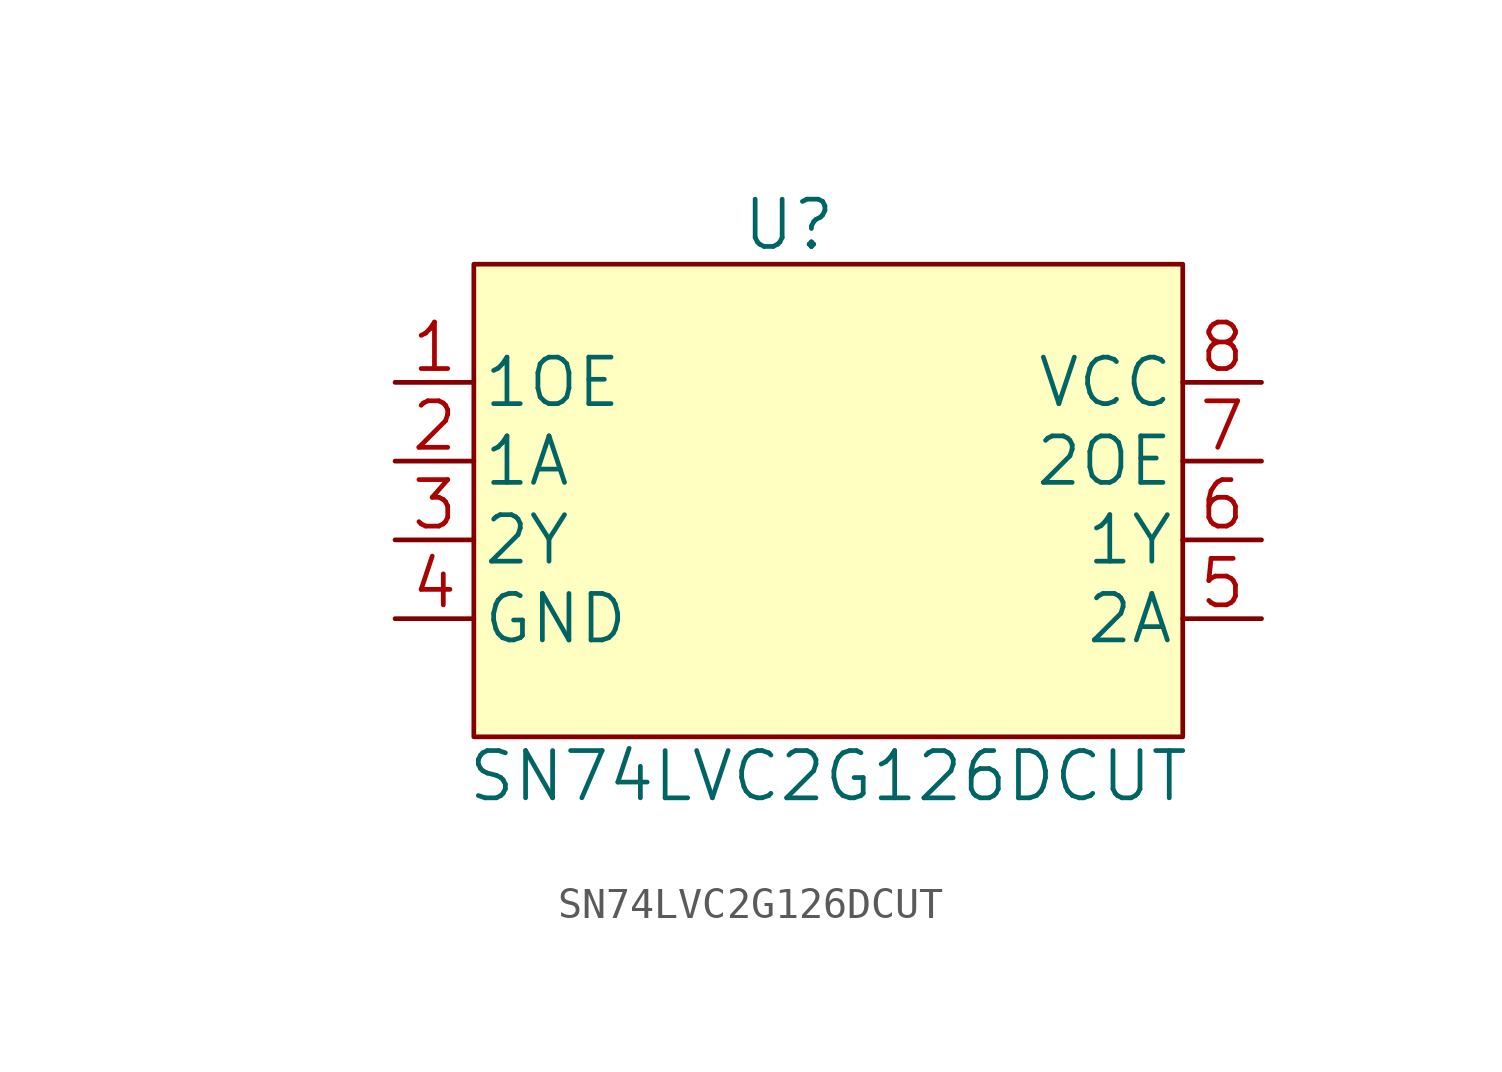
<source format=kicad_sym>
(kicad_symbol_lib
  (version 20211014)
  (generator kicad_symbol_editor)
  (symbol "SN74LVC2G126DCUT"
    (pin_names
      (offset 0.254))
    (property "Reference" "U"
      (at -1.27 8.89 0)
      (effects (font (size 1.524 1.524))))
    (property "Value" "SN74LVC2G126DCUT"
      (at 0 -8.89 0)
      (effects (font (size 1.524 1.524))))
    (property "Datasheet" ""
      (at -19.05 3.81 0)
      (effects (font (size 1.524 1.524))))
    (symbol "SN74LVC2G126DCUT_1_1"
      (rectangle (start -11.43 7.62) (end 11.43 -7.62) (stroke (width 0.152) (type default) (color 0 0 0 0)) (fill (type background)))
      (pin input line (at -13.97 3.81 0) (length 2.54) (name "1OE" (effects (font (size 1.499 1.499)))) (number "1" (effects (font (size 1.499 1.499)))))
      (pin input line (at -13.97 1.27 0) (length 2.54) (name "1A" (effects (font (size 1.499 1.499)))) (number "2" (effects (font (size 1.499 1.499)))))
      (pin output line (at -13.97 -1.27 0) (length 2.54) (name "2Y" (effects (font (size 1.499 1.499)))) (number "3" (effects (font (size 1.499 1.499)))))
      (pin power_in line (at -13.97 -3.81 0) (length 2.54) (name "GND" (effects (font (size 1.499 1.499)))) (number "4" (effects (font (size 1.499 1.499)))))
      (pin input line (at 13.97 -3.81 180) (length 2.54) (name "2A" (effects (font (size 1.499 1.499)))) (number "5" (effects (font (size 1.499 1.499)))))
      (pin output line (at 13.97 -1.27 180) (length 2.54) (name "1Y" (effects (font (size 1.499 1.499)))) (number "6" (effects (font (size 1.499 1.499)))))
      (pin input line (at 13.97 1.27 180) (length 2.54) (name "2OE" (effects (font (size 1.499 1.499)))) (number "7" (effects (font (size 1.499 1.499)))))
      (pin power_in line (at 13.97 3.81 180) (length 2.54) (name "VCC" (effects (font (size 1.499 1.499)))) (number "8" (effects (font (size 1.499 1.499))))))))
</source>
